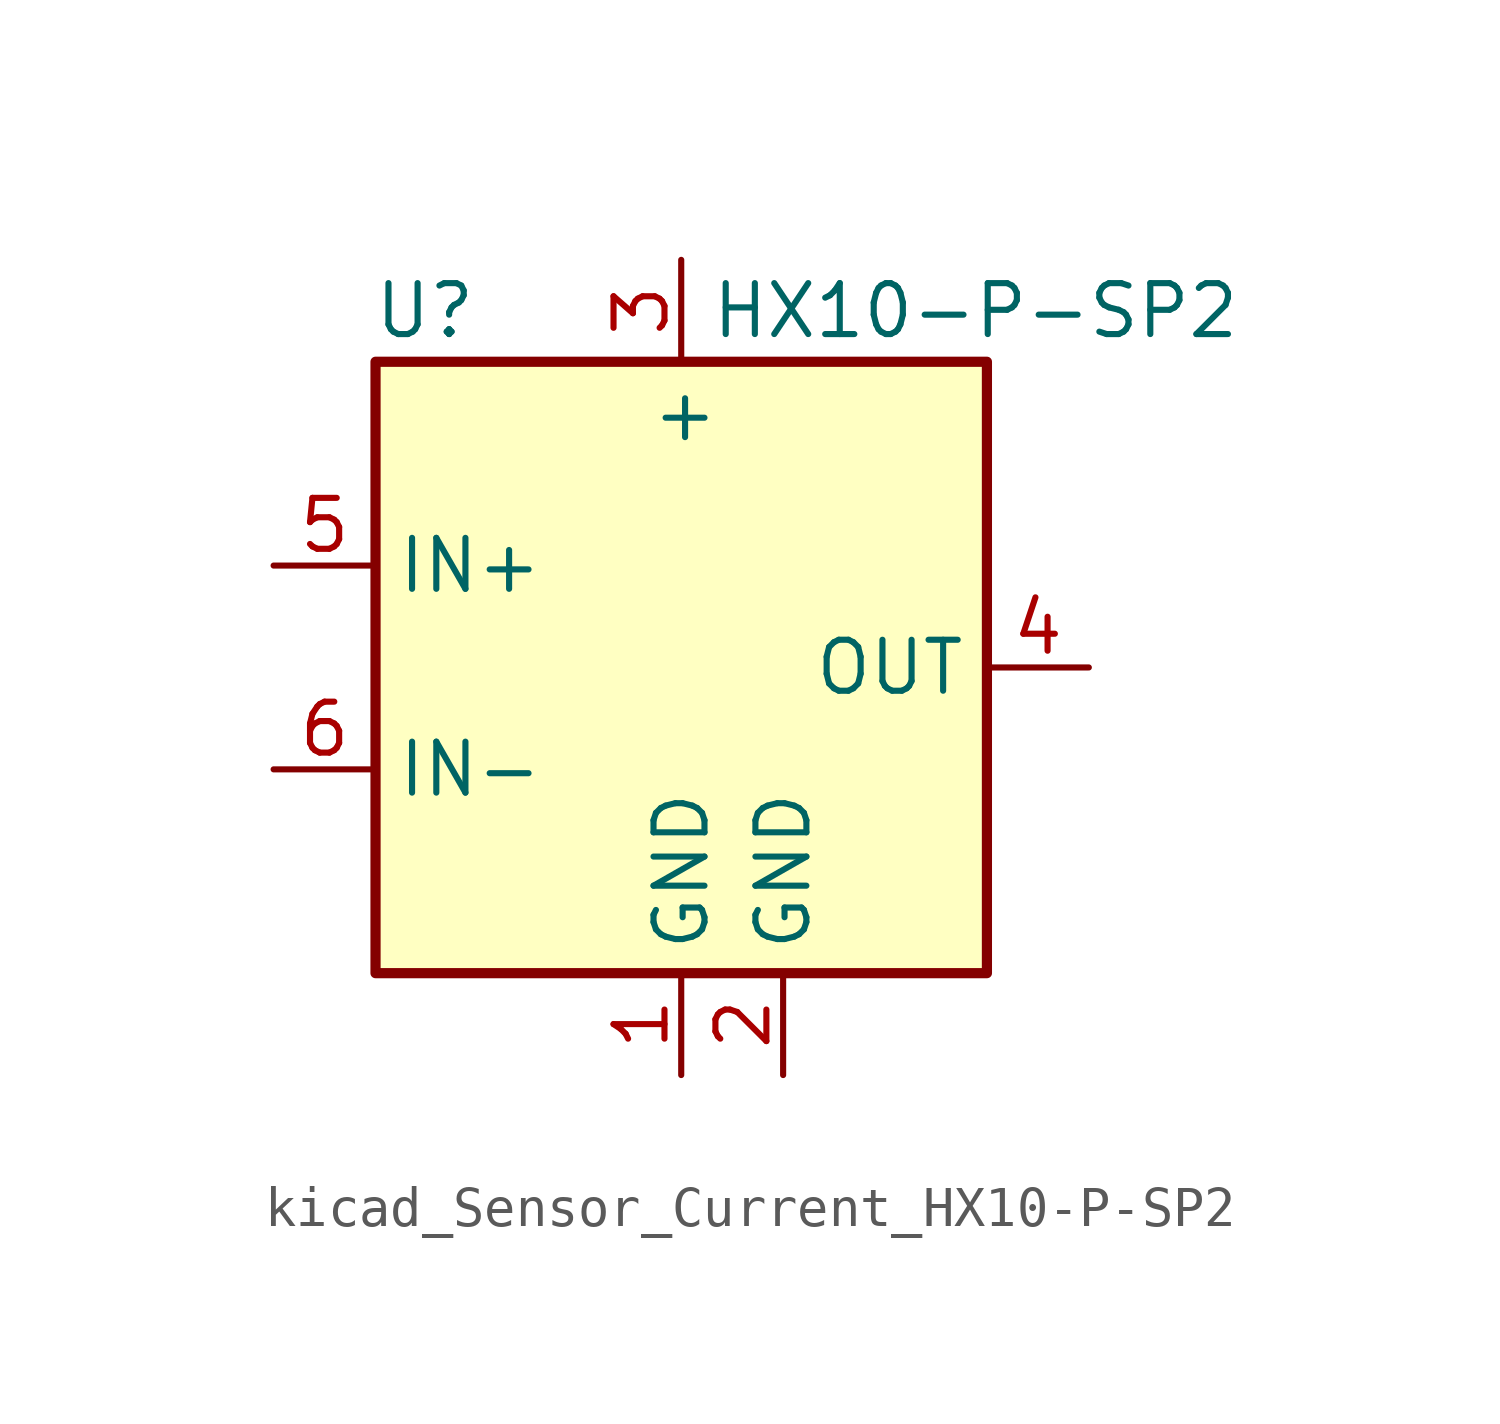
<source format=kicad_sym>
(kicad_symbol_lib
  (version 20220914)
  (generator kicad_symbol_editor)
  (symbol "kicad_Sensor_Current_HX10-P-SP2"
    (property "Reference" "U"
      (at -5.08 8.89 0)
      (effects (font (size 1.27 1.27)) (justify right)))
    (property "Value" "HX10-P-SP2"
      (at 13.97 8.89 0)
      (effects (font (size 1.27 1.27)) (justify right)))
    (symbol "kicad_Sensor_Current_HX10-P-SP2_0_1"
      (rectangle (start -7.62 7.62) (end 7.62 -7.62) (stroke (width 0.254) (type default)) (fill (type background))))
    (symbol "kicad_Sensor_Current_HX10-P-SP2_1_1"
      (pin power_in line (at 0 -10.16 90) (length 2.54) (name "GND" (effects (font (size 1.27 1.27)))) (number "1" (effects (font (size 1.27 1.27)))))
      (pin power_in line (at 2.54 -10.16 90) (length 2.54) (name "GND" (effects (font (size 1.27 1.27)))) (number "2" (effects (font (size 1.27 1.27)))))
      (pin power_in line (at 0 10.16 270) (length 2.54) (name "+" (effects (font (size 1.27 1.27)))) (number "3" (effects (font (size 1.27 1.27)))))
      (pin output line (at 10.16 0 180) (length 2.54) (name "OUT" (effects (font (size 1.27 1.27)))) (number "4" (effects (font (size 1.27 1.27)))))
      (pin passive line (at -10.16 2.54 0) (length 2.54) (name "IN+" (effects (font (size 1.27 1.27)))) (number "5" (effects (font (size 1.27 1.27)))))
      (pin passive line (at -10.16 -2.54 0) (length 2.54) (name "IN-" (effects (font (size 1.27 1.27)))) (number "6" (effects (font (size 1.27 1.27))))))))
</source>
